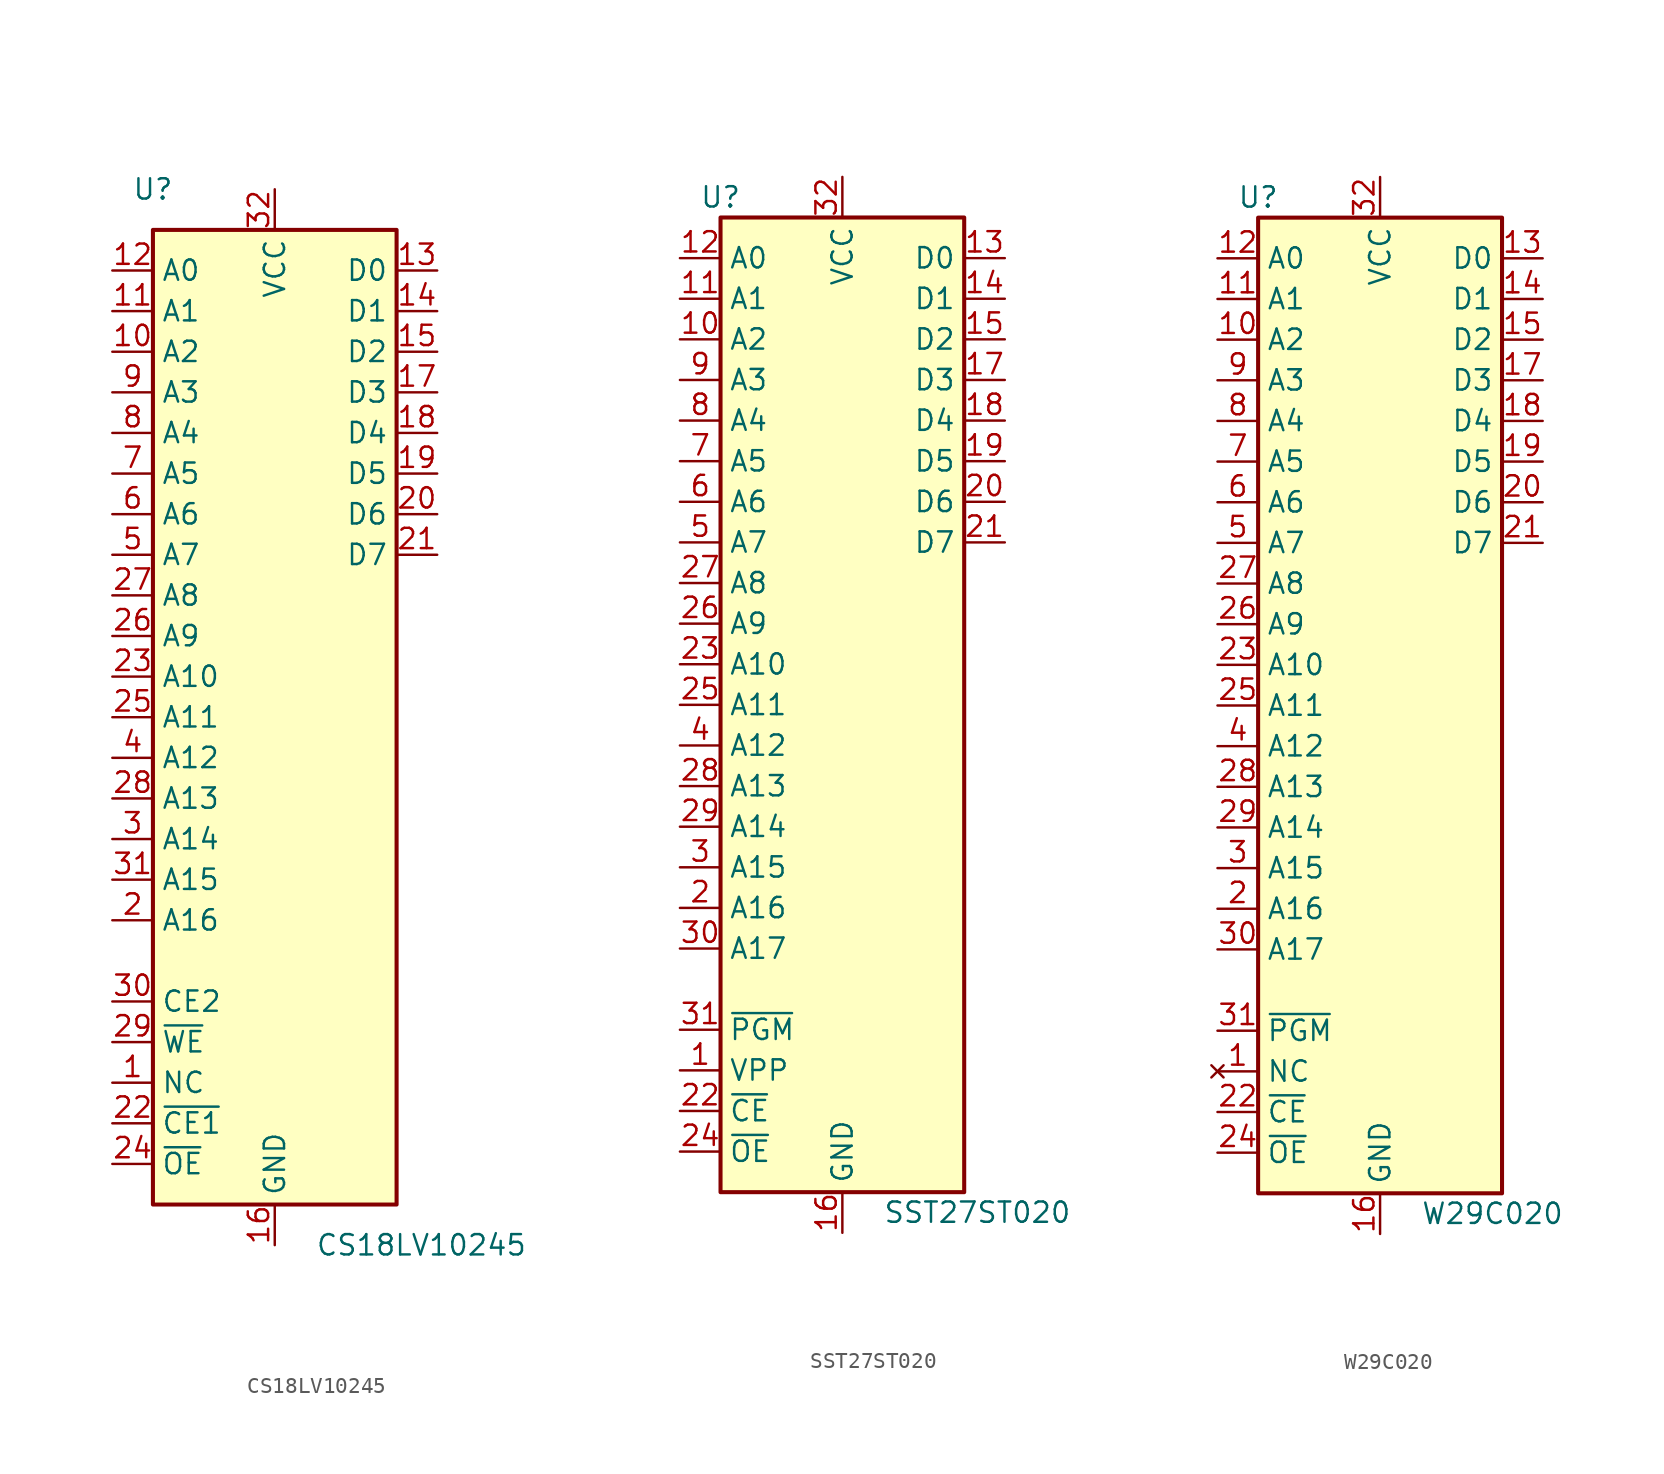
<source format=kicad_sym>
(kicad_symbol_lib
  (version 20220914)
  (generator kicad_symbol_editor)
  (symbol "CS18LV10245"
    (property "Reference" "U"
      (at -7.62 33.02 0)
      (effects (font (size 1.27 1.27))))
    (property "Value" "CS18LV10245"
      (at 2.54 -33.02 0)
      (effects (font (size 1.27 1.27)) (justify left)))
    (symbol "CS18LV10245_1_1"
      (rectangle (start -7.62 30.48) (end 7.62 -30.48) (stroke (width 0.254) (type default)) (fill (type background)))
      (pin input line (at -10.16 -22.86 0) (length 2.54) (name "NC" (effects (font (size 1.27 1.27)))) (number "1" (effects (font (size 1.27 1.27)))))
      (pin input line (at -10.16 22.86 0) (length 2.54) (name "A2" (effects (font (size 1.27 1.27)))) (number "10" (effects (font (size 1.27 1.27)))))
      (pin input line (at -10.16 25.4 0) (length 2.54) (name "A1" (effects (font (size 1.27 1.27)))) (number "11" (effects (font (size 1.27 1.27)))))
      (pin input line (at -10.16 27.94 0) (length 2.54) (name "A0" (effects (font (size 1.27 1.27)))) (number "12" (effects (font (size 1.27 1.27)))))
      (pin tri_state line (at 10.16 27.94 180) (length 2.54) (name "D0" (effects (font (size 1.27 1.27)))) (number "13" (effects (font (size 1.27 1.27)))))
      (pin tri_state line (at 10.16 25.4 180) (length 2.54) (name "D1" (effects (font (size 1.27 1.27)))) (number "14" (effects (font (size 1.27 1.27)))))
      (pin tri_state line (at 10.16 22.86 180) (length 2.54) (name "D2" (effects (font (size 1.27 1.27)))) (number "15" (effects (font (size 1.27 1.27)))))
      (pin power_in line (at 0 -33.02 90) (length 2.54) (name "GND" (effects (font (size 1.27 1.27)))) (number "16" (effects (font (size 1.27 1.27)))))
      (pin tri_state line (at 10.16 20.32 180) (length 2.54) (name "D3" (effects (font (size 1.27 1.27)))) (number "17" (effects (font (size 1.27 1.27)))))
      (pin tri_state line (at 10.16 17.78 180) (length 2.54) (name "D4" (effects (font (size 1.27 1.27)))) (number "18" (effects (font (size 1.27 1.27)))))
      (pin tri_state line (at 10.16 15.24 180) (length 2.54) (name "D5" (effects (font (size 1.27 1.27)))) (number "19" (effects (font (size 1.27 1.27)))))
      (pin input line (at -10.16 -12.7 0) (length 2.54) (name "A16" (effects (font (size 1.27 1.27)))) (number "2" (effects (font (size 1.27 1.27)))))
      (pin tri_state line (at 10.16 12.7 180) (length 2.54) (name "D6" (effects (font (size 1.27 1.27)))) (number "20" (effects (font (size 1.27 1.27)))))
      (pin tri_state line (at 10.16 10.16 180) (length 2.54) (name "D7" (effects (font (size 1.27 1.27)))) (number "21" (effects (font (size 1.27 1.27)))))
      (pin input line (at -10.16 -25.4 0) (length 2.54) (name "~{CE1}" (effects (font (size 1.27 1.27)))) (number "22" (effects (font (size 1.27 1.27)))))
      (pin input line (at -10.16 2.54 0) (length 2.54) (name "A10" (effects (font (size 1.27 1.27)))) (number "23" (effects (font (size 1.27 1.27)))))
      (pin input line (at -10.16 -27.94 0) (length 2.54) (name "~{OE}" (effects (font (size 1.27 1.27)))) (number "24" (effects (font (size 1.27 1.27)))))
      (pin input line (at -10.16 0 0) (length 2.54) (name "A11" (effects (font (size 1.27 1.27)))) (number "25" (effects (font (size 1.27 1.27)))))
      (pin input line (at -10.16 5.08 0) (length 2.54) (name "A9" (effects (font (size 1.27 1.27)))) (number "26" (effects (font (size 1.27 1.27)))))
      (pin input line (at -10.16 7.62 0) (length 2.54) (name "A8" (effects (font (size 1.27 1.27)))) (number "27" (effects (font (size 1.27 1.27)))))
      (pin input line (at -10.16 -5.08 0) (length 2.54) (name "A13" (effects (font (size 1.27 1.27)))) (number "28" (effects (font (size 1.27 1.27)))))
      (pin input line (at -10.16 -20.32 0) (length 2.54) (name "~{WE}" (effects (font (size 1.27 1.27)))) (number "29" (effects (font (size 1.27 1.27)))))
      (pin input line (at -10.16 -7.62 0) (length 2.54) (name "A14" (effects (font (size 1.27 1.27)))) (number "3" (effects (font (size 1.27 1.27)))))
      (pin input line (at -10.16 -17.78 0) (length 2.54) (name "CE2" (effects (font (size 1.27 1.27)))) (number "30" (effects (font (size 1.27 1.27)))))
      (pin input line (at -10.16 -10.16 0) (length 2.54) (name "A15" (effects (font (size 1.27 1.27)))) (number "31" (effects (font (size 1.27 1.27)))))
      (pin power_in line (at 0 33.02 270) (length 2.54) (name "VCC" (effects (font (size 1.27 1.27)))) (number "32" (effects (font (size 1.27 1.27)))))
      (pin input line (at -10.16 -2.54 0) (length 2.54) (name "A12" (effects (font (size 1.27 1.27)))) (number "4" (effects (font (size 1.27 1.27)))))
      (pin input line (at -10.16 10.16 0) (length 2.54) (name "A7" (effects (font (size 1.27 1.27)))) (number "5" (effects (font (size 1.27 1.27)))))
      (pin input line (at -10.16 12.7 0) (length 2.54) (name "A6" (effects (font (size 1.27 1.27)))) (number "6" (effects (font (size 1.27 1.27)))))
      (pin input line (at -10.16 15.24 0) (length 2.54) (name "A5" (effects (font (size 1.27 1.27)))) (number "7" (effects (font (size 1.27 1.27)))))
      (pin input line (at -10.16 17.78 0) (length 2.54) (name "A4" (effects (font (size 1.27 1.27)))) (number "8" (effects (font (size 1.27 1.27)))))
      (pin input line (at -10.16 20.32 0) (length 2.54) (name "A3" (effects (font (size 1.27 1.27)))) (number "9" (effects (font (size 1.27 1.27)))))))
  (symbol "SST27ST020"
    (property "Reference" "U"
      (at -7.62 31.75 0)
      (effects (font (size 1.27 1.27))))
    (property "Value" "SST27ST020"
      (at 2.54 -31.75 0)
      (effects (font (size 1.27 1.27)) (justify left)))
    (symbol "SST27ST020_1_1"
      (rectangle (start -7.62 30.48) (end 7.62 -30.48) (stroke (width 0.254) (type default)) (fill (type background)))
      (pin input line (at -10.16 -22.86 0) (length 2.54) (name "VPP" (effects (font (size 1.27 1.27)))) (number "1" (effects (font (size 1.27 1.27)))))
      (pin input line (at -10.16 22.86 0) (length 2.54) (name "A2" (effects (font (size 1.27 1.27)))) (number "10" (effects (font (size 1.27 1.27)))))
      (pin input line (at -10.16 25.4 0) (length 2.54) (name "A1" (effects (font (size 1.27 1.27)))) (number "11" (effects (font (size 1.27 1.27)))))
      (pin input line (at -10.16 27.94 0) (length 2.54) (name "A0" (effects (font (size 1.27 1.27)))) (number "12" (effects (font (size 1.27 1.27)))))
      (pin tri_state line (at 10.16 27.94 180) (length 2.54) (name "D0" (effects (font (size 1.27 1.27)))) (number "13" (effects (font (size 1.27 1.27)))))
      (pin tri_state line (at 10.16 25.4 180) (length 2.54) (name "D1" (effects (font (size 1.27 1.27)))) (number "14" (effects (font (size 1.27 1.27)))))
      (pin tri_state line (at 10.16 22.86 180) (length 2.54) (name "D2" (effects (font (size 1.27 1.27)))) (number "15" (effects (font (size 1.27 1.27)))))
      (pin power_in line (at 0 -33.02 90) (length 2.54) (name "GND" (effects (font (size 1.27 1.27)))) (number "16" (effects (font (size 1.27 1.27)))))
      (pin tri_state line (at 10.16 20.32 180) (length 2.54) (name "D3" (effects (font (size 1.27 1.27)))) (number "17" (effects (font (size 1.27 1.27)))))
      (pin tri_state line (at 10.16 17.78 180) (length 2.54) (name "D4" (effects (font (size 1.27 1.27)))) (number "18" (effects (font (size 1.27 1.27)))))
      (pin tri_state line (at 10.16 15.24 180) (length 2.54) (name "D5" (effects (font (size 1.27 1.27)))) (number "19" (effects (font (size 1.27 1.27)))))
      (pin input line (at -10.16 -12.7 0) (length 2.54) (name "A16" (effects (font (size 1.27 1.27)))) (number "2" (effects (font (size 1.27 1.27)))))
      (pin tri_state line (at 10.16 12.7 180) (length 2.54) (name "D6" (effects (font (size 1.27 1.27)))) (number "20" (effects (font (size 1.27 1.27)))))
      (pin tri_state line (at 10.16 10.16 180) (length 2.54) (name "D7" (effects (font (size 1.27 1.27)))) (number "21" (effects (font (size 1.27 1.27)))))
      (pin input line (at -10.16 -25.4 0) (length 2.54) (name "~{CE}" (effects (font (size 1.27 1.27)))) (number "22" (effects (font (size 1.27 1.27)))))
      (pin input line (at -10.16 2.54 0) (length 2.54) (name "A10" (effects (font (size 1.27 1.27)))) (number "23" (effects (font (size 1.27 1.27)))))
      (pin input line (at -10.16 -27.94 0) (length 2.54) (name "~{OE}" (effects (font (size 1.27 1.27)))) (number "24" (effects (font (size 1.27 1.27)))))
      (pin input line (at -10.16 0 0) (length 2.54) (name "A11" (effects (font (size 1.27 1.27)))) (number "25" (effects (font (size 1.27 1.27)))))
      (pin input line (at -10.16 5.08 0) (length 2.54) (name "A9" (effects (font (size 1.27 1.27)))) (number "26" (effects (font (size 1.27 1.27)))))
      (pin input line (at -10.16 7.62 0) (length 2.54) (name "A8" (effects (font (size 1.27 1.27)))) (number "27" (effects (font (size 1.27 1.27)))))
      (pin input line (at -10.16 -5.08 0) (length 2.54) (name "A13" (effects (font (size 1.27 1.27)))) (number "28" (effects (font (size 1.27 1.27)))))
      (pin input line (at -10.16 -7.62 0) (length 2.54) (name "A14" (effects (font (size 1.27 1.27)))) (number "29" (effects (font (size 1.27 1.27)))))
      (pin input line (at -10.16 -10.16 0) (length 2.54) (name "A15" (effects (font (size 1.27 1.27)))) (number "3" (effects (font (size 1.27 1.27)))))
      (pin input line (at -10.16 -15.24 0) (length 2.54) (name "A17" (effects (font (size 1.27 1.27)))) (number "30" (effects (font (size 1.27 1.27)))))
      (pin input line (at -10.16 -20.32 0) (length 2.54) (name "~{PGM}" (effects (font (size 1.27 1.27)))) (number "31" (effects (font (size 1.27 1.27)))))
      (pin power_in line (at 0 33.02 270) (length 2.54) (name "VCC" (effects (font (size 1.27 1.27)))) (number "32" (effects (font (size 1.27 1.27)))))
      (pin input line (at -10.16 -2.54 0) (length 2.54) (name "A12" (effects (font (size 1.27 1.27)))) (number "4" (effects (font (size 1.27 1.27)))))
      (pin input line (at -10.16 10.16 0) (length 2.54) (name "A7" (effects (font (size 1.27 1.27)))) (number "5" (effects (font (size 1.27 1.27)))))
      (pin input line (at -10.16 12.7 0) (length 2.54) (name "A6" (effects (font (size 1.27 1.27)))) (number "6" (effects (font (size 1.27 1.27)))))
      (pin input line (at -10.16 15.24 0) (length 2.54) (name "A5" (effects (font (size 1.27 1.27)))) (number "7" (effects (font (size 1.27 1.27)))))
      (pin input line (at -10.16 17.78 0) (length 2.54) (name "A4" (effects (font (size 1.27 1.27)))) (number "8" (effects (font (size 1.27 1.27)))))
      (pin input line (at -10.16 20.32 0) (length 2.54) (name "A3" (effects (font (size 1.27 1.27)))) (number "9" (effects (font (size 1.27 1.27)))))))
  (symbol "W29C020"
    (property "Reference" "U"
      (at -7.62 31.75 0)
      (effects (font (size 1.27 1.27))))
    (property "Value" "W29C020"
      (at 2.54 -31.75 0)
      (effects (font (size 1.27 1.27)) (justify left)))
    (symbol "W29C020_1_1"
      (rectangle (start -7.62 30.48) (end 7.62 -30.48) (stroke (width 0.254) (type default)) (fill (type background)))
      (pin no_connect line (at -10.16 -22.86 0) (length 2.54) (name "NC" (effects (font (size 1.27 1.27)))) (number "1" (effects (font (size 1.27 1.27)))))
      (pin input line (at -10.16 22.86 0) (length 2.54) (name "A2" (effects (font (size 1.27 1.27)))) (number "10" (effects (font (size 1.27 1.27)))))
      (pin input line (at -10.16 25.4 0) (length 2.54) (name "A1" (effects (font (size 1.27 1.27)))) (number "11" (effects (font (size 1.27 1.27)))))
      (pin input line (at -10.16 27.94 0) (length 2.54) (name "A0" (effects (font (size 1.27 1.27)))) (number "12" (effects (font (size 1.27 1.27)))))
      (pin tri_state line (at 10.16 27.94 180) (length 2.54) (name "D0" (effects (font (size 1.27 1.27)))) (number "13" (effects (font (size 1.27 1.27)))))
      (pin tri_state line (at 10.16 25.4 180) (length 2.54) (name "D1" (effects (font (size 1.27 1.27)))) (number "14" (effects (font (size 1.27 1.27)))))
      (pin tri_state line (at 10.16 22.86 180) (length 2.54) (name "D2" (effects (font (size 1.27 1.27)))) (number "15" (effects (font (size 1.27 1.27)))))
      (pin power_in line (at 0 -33.02 90) (length 2.54) (name "GND" (effects (font (size 1.27 1.27)))) (number "16" (effects (font (size 1.27 1.27)))))
      (pin tri_state line (at 10.16 20.32 180) (length 2.54) (name "D3" (effects (font (size 1.27 1.27)))) (number "17" (effects (font (size 1.27 1.27)))))
      (pin tri_state line (at 10.16 17.78 180) (length 2.54) (name "D4" (effects (font (size 1.27 1.27)))) (number "18" (effects (font (size 1.27 1.27)))))
      (pin tri_state line (at 10.16 15.24 180) (length 2.54) (name "D5" (effects (font (size 1.27 1.27)))) (number "19" (effects (font (size 1.27 1.27)))))
      (pin input line (at -10.16 -12.7 0) (length 2.54) (name "A16" (effects (font (size 1.27 1.27)))) (number "2" (effects (font (size 1.27 1.27)))))
      (pin tri_state line (at 10.16 12.7 180) (length 2.54) (name "D6" (effects (font (size 1.27 1.27)))) (number "20" (effects (font (size 1.27 1.27)))))
      (pin tri_state line (at 10.16 10.16 180) (length 2.54) (name "D7" (effects (font (size 1.27 1.27)))) (number "21" (effects (font (size 1.27 1.27)))))
      (pin input line (at -10.16 -25.4 0) (length 2.54) (name "~{CE}" (effects (font (size 1.27 1.27)))) (number "22" (effects (font (size 1.27 1.27)))))
      (pin input line (at -10.16 2.54 0) (length 2.54) (name "A10" (effects (font (size 1.27 1.27)))) (number "23" (effects (font (size 1.27 1.27)))))
      (pin input line (at -10.16 -27.94 0) (length 2.54) (name "~{OE}" (effects (font (size 1.27 1.27)))) (number "24" (effects (font (size 1.27 1.27)))))
      (pin input line (at -10.16 0 0) (length 2.54) (name "A11" (effects (font (size 1.27 1.27)))) (number "25" (effects (font (size 1.27 1.27)))))
      (pin input line (at -10.16 5.08 0) (length 2.54) (name "A9" (effects (font (size 1.27 1.27)))) (number "26" (effects (font (size 1.27 1.27)))))
      (pin input line (at -10.16 7.62 0) (length 2.54) (name "A8" (effects (font (size 1.27 1.27)))) (number "27" (effects (font (size 1.27 1.27)))))
      (pin input line (at -10.16 -5.08 0) (length 2.54) (name "A13" (effects (font (size 1.27 1.27)))) (number "28" (effects (font (size 1.27 1.27)))))
      (pin input line (at -10.16 -7.62 0) (length 2.54) (name "A14" (effects (font (size 1.27 1.27)))) (number "29" (effects (font (size 1.27 1.27)))))
      (pin input line (at -10.16 -10.16 0) (length 2.54) (name "A15" (effects (font (size 1.27 1.27)))) (number "3" (effects (font (size 1.27 1.27)))))
      (pin input line (at -10.16 -15.24 0) (length 2.54) (name "A17" (effects (font (size 1.27 1.27)))) (number "30" (effects (font (size 1.27 1.27)))))
      (pin input line (at -10.16 -20.32 0) (length 2.54) (name "~{PGM}" (effects (font (size 1.27 1.27)))) (number "31" (effects (font (size 1.27 1.27)))))
      (pin power_in line (at 0 33.02 270) (length 2.54) (name "VCC" (effects (font (size 1.27 1.27)))) (number "32" (effects (font (size 1.27 1.27)))))
      (pin input line (at -10.16 -2.54 0) (length 2.54) (name "A12" (effects (font (size 1.27 1.27)))) (number "4" (effects (font (size 1.27 1.27)))))
      (pin input line (at -10.16 10.16 0) (length 2.54) (name "A7" (effects (font (size 1.27 1.27)))) (number "5" (effects (font (size 1.27 1.27)))))
      (pin input line (at -10.16 12.7 0) (length 2.54) (name "A6" (effects (font (size 1.27 1.27)))) (number "6" (effects (font (size 1.27 1.27)))))
      (pin input line (at -10.16 15.24 0) (length 2.54) (name "A5" (effects (font (size 1.27 1.27)))) (number "7" (effects (font (size 1.27 1.27)))))
      (pin input line (at -10.16 17.78 0) (length 2.54) (name "A4" (effects (font (size 1.27 1.27)))) (number "8" (effects (font (size 1.27 1.27)))))
      (pin input line (at -10.16 20.32 0) (length 2.54) (name "A3" (effects (font (size 1.27 1.27)))) (number "9" (effects (font (size 1.27 1.27))))))))
</source>
